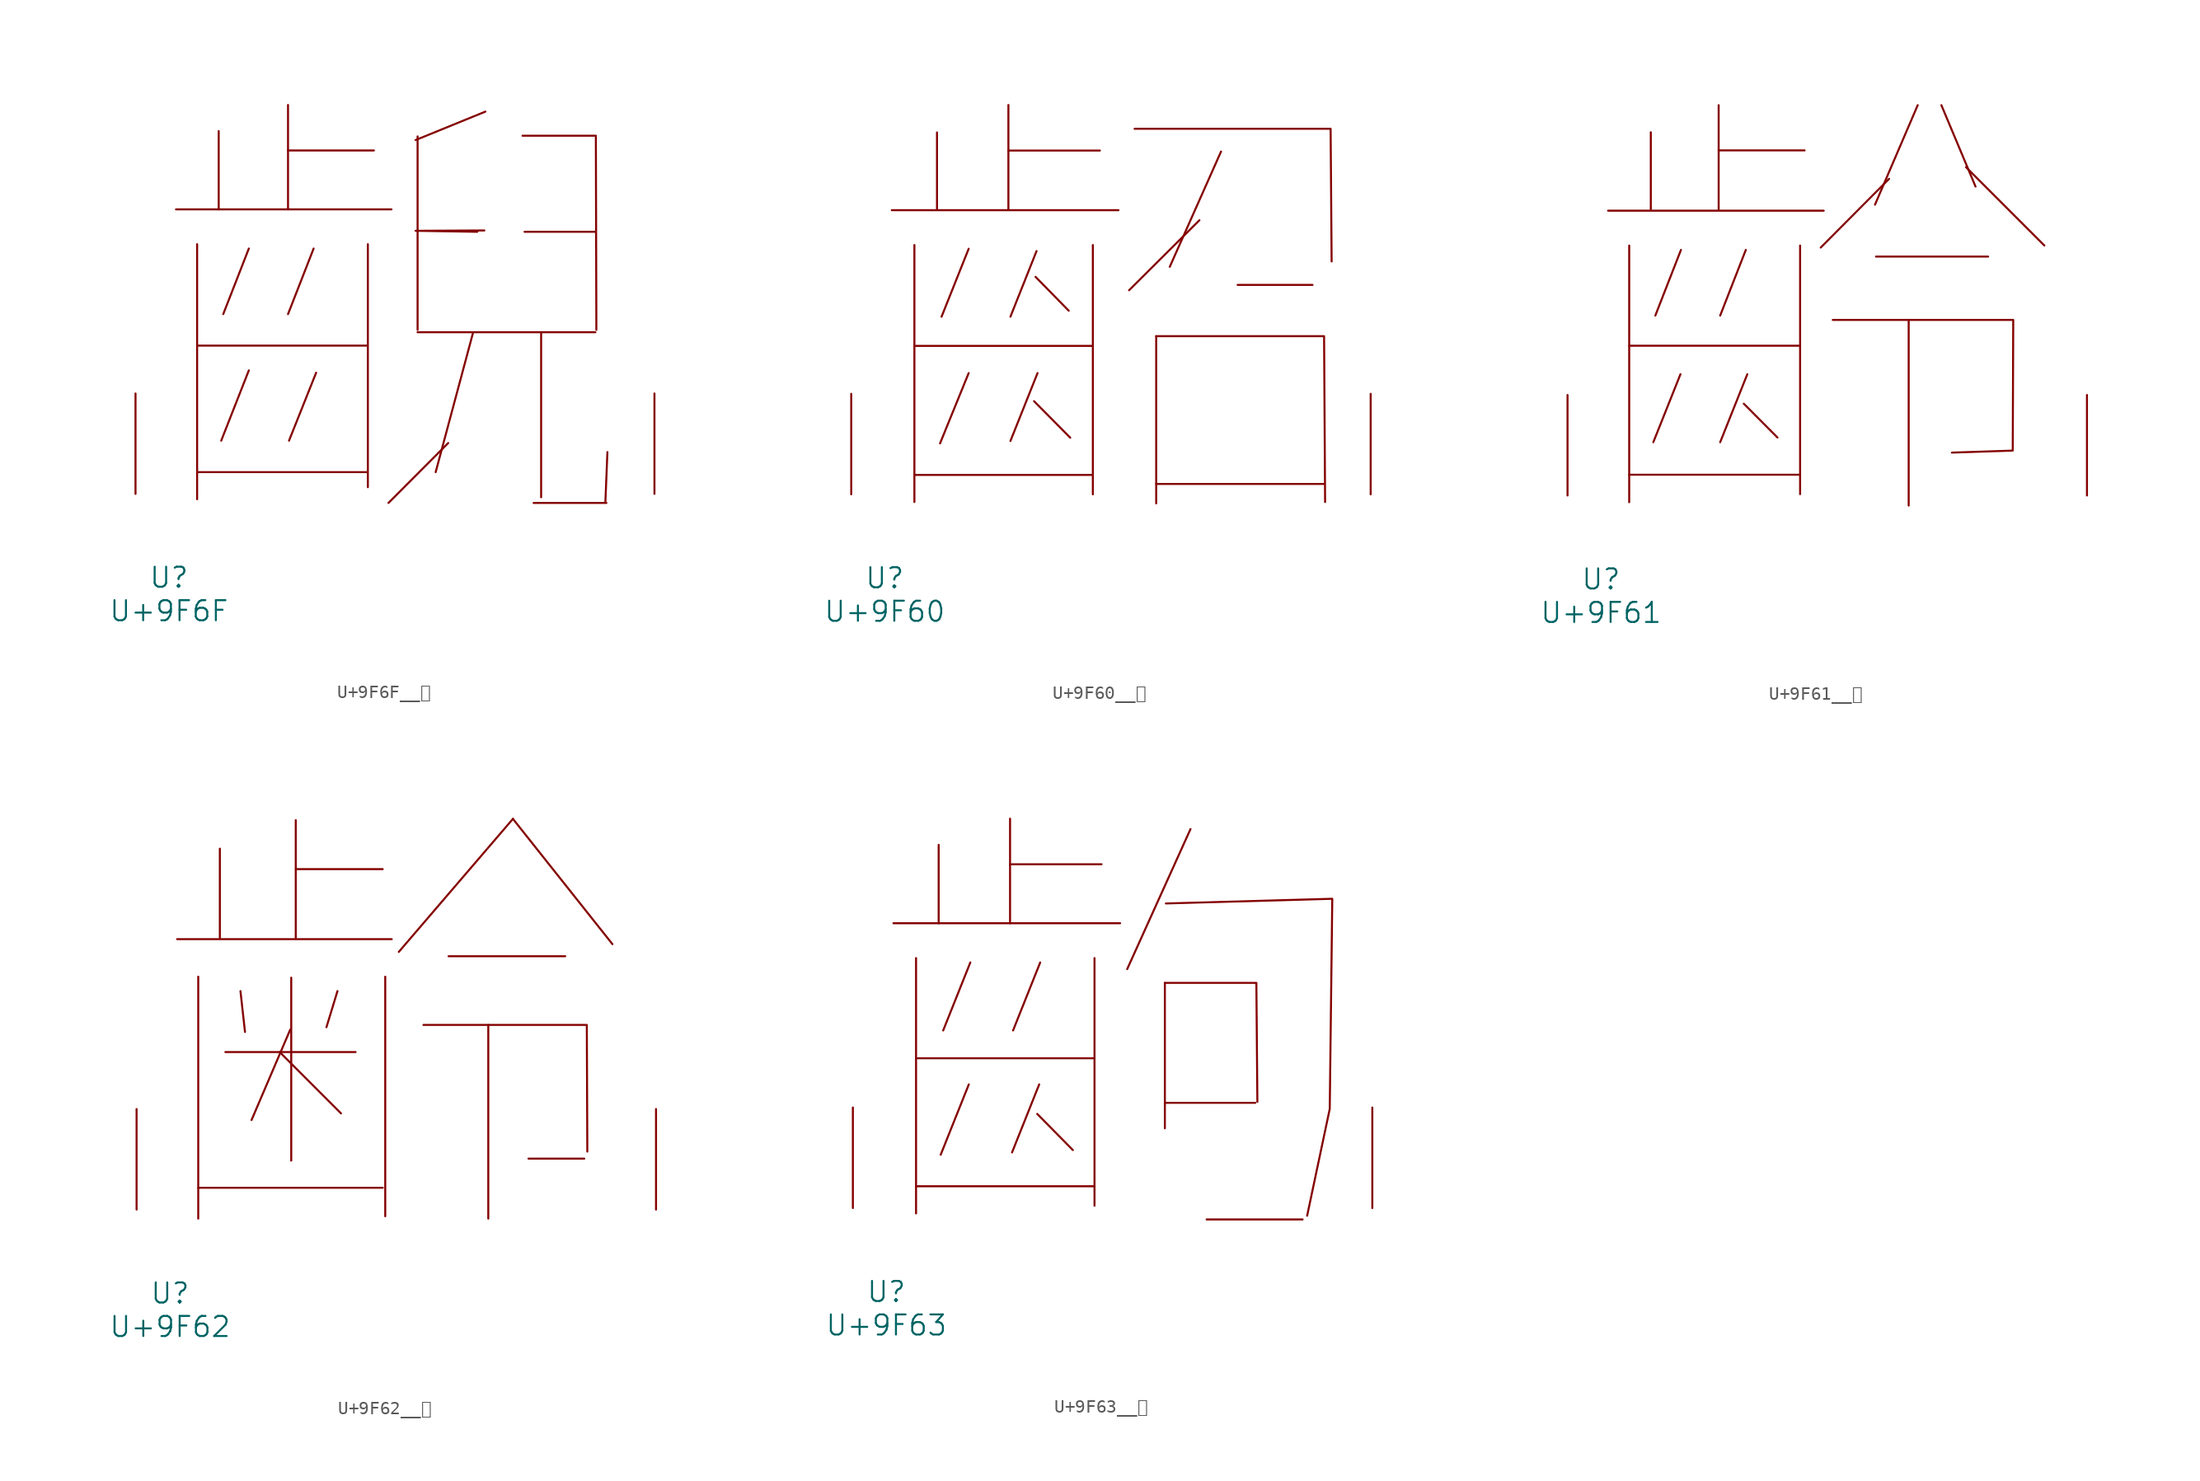
<source format=kicad_sym>
(kicad_symbol_lib
  (version 20231120)
  (generator "kicad_symbol_editor")
  (generator_version "8.0")
  (symbol "U+9F6F__齯"
    (pin_names
      (offset 1.016))
    (property "Reference" "U"
      (at 0 -6.35 0)
      (effects (font (size 1.524 1.524))))
    (property "Value" "U+9F6F"
      (at 0 -8.89 0)
      (effects (font (size 1.524 1.524))))
    (symbol "U+9F6F__齯_0_1"
      (polyline (pts (xy 0.533 21.59) (xy 16.878 21.59)) (stroke (width 0) (type solid)) (fill (type none)))
      (polyline (pts (xy 2.134 1.651) (xy 15.011 1.651)) (stroke (width 0) (type solid)) (fill (type none)))
      (polyline (pts (xy 2.134 11.252) (xy 15.011 11.252)) (stroke (width 0) (type solid)) (fill (type none)))
      (polyline (pts (xy 2.134 18.948) (xy 2.134 -0.406)) (stroke (width 0) (type solid)) (fill (type none)))
      (polyline (pts (xy 3.772 27.534) (xy 3.772 21.59)) (stroke (width 0) (type solid)) (fill (type none)))
      (polyline (pts (xy 6.058 9.373) (xy 3.962 4.039)) (stroke (width 0) (type solid)) (fill (type none)))
      (polyline (pts (xy 6.058 18.618) (xy 4.115 13.64)) (stroke (width 0) (type solid)) (fill (type none)))
      (polyline (pts (xy 9.03 26.06) (xy 15.545 26.06)) (stroke (width 0) (type solid)) (fill (type none)))
      (polyline (pts (xy 9.03 29.515) (xy 9.03 21.59)) (stroke (width 0) (type solid)) (fill (type none)))
      (polyline (pts (xy 10.973 18.618) (xy 9.03 13.64)) (stroke (width 0) (type solid)) (fill (type none)))
      (polyline (pts (xy 11.163 9.195) (xy 9.106 4.039)) (stroke (width 0) (type solid)) (fill (type none)))
      (polyline (pts (xy 15.088 18.948) (xy 15.088 0.508)) (stroke (width 0) (type solid)) (fill (type none)))
      (polyline (pts (xy 18.86 12.268) (xy 32.347 12.268)) (stroke (width 0) (type solid)) (fill (type none)))
      (polyline (pts (xy 18.86 27.127) (xy 18.86 12.446)) (stroke (width 0) (type solid)) (fill (type none)))
      (polyline (pts (xy 21.184 3.861) (xy 16.65 -0.686)) (stroke (width 0) (type solid)) (fill (type none)))
      (polyline (pts (xy 23.05 12.167) (xy 20.231 1.651)) (stroke (width 0) (type solid)) (fill (type none)))
      (polyline (pts (xy 24.003 29.007) (xy 18.707 26.848)) (stroke (width 0) (type solid)) (fill (type none)))
      (polyline (pts (xy 26.975 19.888) (xy 32.347 19.888)) (stroke (width 0) (type solid)) (fill (type none)))
      (polyline (pts (xy 27.661 -0.686) (xy 33.185 -0.686)) (stroke (width 0) (type solid)) (fill (type none)))
      (polyline (pts (xy 28.232 12.268) (xy 28.232 -0.254)) (stroke (width 0) (type solid)) (fill (type none)))
      (polyline (pts (xy 33.261 3.175) (xy 33.109 -0.584)) (stroke (width 0) (type solid)) (fill (type none)))
      (polyline (pts (xy 23.393 19.888) (xy 18.707 19.964) (xy 23.927 19.99)) (stroke (width 0) (type solid)) (fill (type none)))
      (polyline (pts (xy 26.822 27.178) (xy 32.385 27.178) (xy 32.423 12.446)) (stroke (width 0) (type solid)) (fill (type none)))
      (pin input line (at -2.54 0 90) (length 7.62) (name "~" (effects (font (size 1.27 1.27)))) (number "~" (effects (font (size 1.27 1.27)))))
      (pin input line (at 36.83 0 90) (length 7.62) (name "~" (effects (font (size 1.27 1.27)))) (number "~" (effects (font (size 1.27 1.27)))))))
  (symbol "U+9F60__齠"
    (pin_names
      (offset 1.016))
    (property "Reference" "U"
      (at 0 -6.35 0)
      (effects (font (size 1.524 1.524))))
    (property "Value" "U+9F60"
      (at 0 -8.89 0)
      (effects (font (size 1.524 1.524))))
    (symbol "U+9F60__齠_0_1"
      (polyline (pts (xy 0.533 21.539) (xy 17.716 21.539)) (stroke (width 0) (type solid)) (fill (type none)))
      (polyline (pts (xy 2.248 1.473) (xy 15.773 1.473)) (stroke (width 0) (type solid)) (fill (type none)))
      (polyline (pts (xy 2.248 11.252) (xy 15.773 11.252)) (stroke (width 0) (type solid)) (fill (type none)))
      (polyline (pts (xy 2.248 18.898) (xy 2.248 -0.584)) (stroke (width 0) (type solid)) (fill (type none)))
      (polyline (pts (xy 3.962 27.432) (xy 3.962 21.59)) (stroke (width 0) (type solid)) (fill (type none)))
      (polyline (pts (xy 6.363 9.195) (xy 4.191 3.861)) (stroke (width 0) (type solid)) (fill (type none)))
      (polyline (pts (xy 6.363 18.618) (xy 4.305 13.462)) (stroke (width 0) (type solid)) (fill (type none)))
      (polyline (pts (xy 9.373 26.06) (xy 16.307 26.06)) (stroke (width 0) (type solid)) (fill (type none)))
      (polyline (pts (xy 9.373 29.515) (xy 9.373 21.59)) (stroke (width 0) (type solid)) (fill (type none)))
      (polyline (pts (xy 11.316 7.061) (xy 14.059 4.293)) (stroke (width 0) (type solid)) (fill (type none)))
      (polyline (pts (xy 11.43 16.485) (xy 13.945 13.919)) (stroke (width 0) (type solid)) (fill (type none)))
      (polyline (pts (xy 11.506 18.44) (xy 9.525 13.462)) (stroke (width 0) (type solid)) (fill (type none)))
      (polyline (pts (xy 11.582 9.195) (xy 9.525 4.039)) (stroke (width 0) (type solid)) (fill (type none)))
      (polyline (pts (xy 15.773 18.898) (xy 15.773 0)) (stroke (width 0) (type solid)) (fill (type none)))
      (polyline (pts (xy 20.574 0.787) (xy 33.261 0.787)) (stroke (width 0) (type solid)) (fill (type none)))
      (polyline (pts (xy 20.574 11.989) (xy 20.574 -0.686)) (stroke (width 0) (type solid)) (fill (type none)))
      (polyline (pts (xy 23.851 20.777) (xy 18.517 15.469)) (stroke (width 0) (type solid)) (fill (type none)))
      (polyline (pts (xy 25.489 25.984) (xy 21.603 17.247)) (stroke (width 0) (type solid)) (fill (type none)))
      (polyline (pts (xy 26.746 15.875) (xy 32.423 15.875)) (stroke (width 0) (type solid)) (fill (type none)))
      (polyline (pts (xy 18.936 27.711) (xy 33.795 27.711) (xy 33.871 17.653)) (stroke (width 0) (type solid)) (fill (type none)))
      (polyline (pts (xy 20.574 11.989) (xy 33.299 11.989) (xy 33.376 -0.584)) (stroke (width 0) (type solid)) (fill (type none)))
      (pin input line (at -2.54 0 90) (length 7.62) (name "~" (effects (font (size 1.27 1.27)))) (number "~" (effects (font (size 1.27 1.27)))))
      (pin input line (at 36.83 0 90) (length 7.62) (name "~" (effects (font (size 1.27 1.27)))) (number "~" (effects (font (size 1.27 1.27)))))))
  (symbol "U+9F61__齡"
    (pin_names
      (offset 1.016))
    (property "Reference" "U"
      (at 0 -6.35 0)
      (effects (font (size 1.524 1.524))))
    (property "Value" "U+9F61"
      (at 0 -8.89 0)
      (effects (font (size 1.524 1.524))))
    (symbol "U+9F61__齡_0_1"
      (polyline (pts (xy 0.533 21.59) (xy 16.878 21.59)) (stroke (width 0) (type solid)) (fill (type none)))
      (polyline (pts (xy 2.134 1.575) (xy 15.011 1.575)) (stroke (width 0) (type solid)) (fill (type none)))
      (polyline (pts (xy 2.134 11.354) (xy 15.011 11.354)) (stroke (width 0) (type solid)) (fill (type none)))
      (polyline (pts (xy 2.134 18.948) (xy 2.134 -0.508)) (stroke (width 0) (type solid)) (fill (type none)))
      (polyline (pts (xy 3.772 27.534) (xy 3.772 21.692)) (stroke (width 0) (type solid)) (fill (type none)))
      (polyline (pts (xy 6.02 9.195) (xy 3.962 4.039)) (stroke (width 0) (type solid)) (fill (type none)))
      (polyline (pts (xy 6.058 18.618) (xy 4.115 13.64)) (stroke (width 0) (type solid)) (fill (type none)))
      (polyline (pts (xy 8.915 26.162) (xy 15.431 26.162)) (stroke (width 0) (type solid)) (fill (type none)))
      (polyline (pts (xy 8.915 29.591) (xy 8.915 21.692)) (stroke (width 0) (type solid)) (fill (type none)))
      (polyline (pts (xy 10.82 6.96) (xy 13.373 4.394)) (stroke (width 0) (type solid)) (fill (type none)))
      (polyline (pts (xy 10.973 18.618) (xy 9.03 13.64)) (stroke (width 0) (type solid)) (fill (type none)))
      (polyline (pts (xy 11.087 9.195) (xy 9.03 4.039)) (stroke (width 0) (type solid)) (fill (type none)))
      (polyline (pts (xy 15.088 18.948) (xy 15.088 0.102)) (stroke (width 0) (type solid)) (fill (type none)))
      (polyline (pts (xy 20.841 18.11) (xy 29.337 18.11)) (stroke (width 0) (type solid)) (fill (type none)))
      (polyline (pts (xy 21.831 24.003) (xy 16.65 18.796)) (stroke (width 0) (type solid)) (fill (type none)))
      (polyline (pts (xy 23.317 13.31) (xy 23.317 -0.762)) (stroke (width 0) (type solid)) (fill (type none)))
      (polyline (pts (xy 24.003 29.591) (xy 20.765 22.047)) (stroke (width 0) (type solid)) (fill (type none)))
      (polyline (pts (xy 25.794 29.591) (xy 28.384 23.419)) (stroke (width 0) (type solid)) (fill (type none)))
      (polyline (pts (xy 27.661 24.892) (xy 33.604 18.948)) (stroke (width 0) (type solid)) (fill (type none)))
      (polyline (pts (xy 17.564 13.31) (xy 31.242 13.31) (xy 31.204 3.404) (xy 26.594 3.251)) (stroke (width 0) (type solid)) (fill (type none)))
      (pin input line (at -2.54 0 90) (length 7.62) (name "~" (effects (font (size 1.27 1.27)))) (number "~" (effects (font (size 1.27 1.27)))))
      (pin input line (at 36.83 0 90) (length 7.62) (name "~" (effects (font (size 1.27 1.27)))) (number "~" (effects (font (size 1.27 1.27)))))))
  (symbol "U+9F62__齢"
    (pin_names
      (offset 1.016))
    (property "Reference" "U"
      (at 0 -6.35 0)
      (effects (font (size 1.524 1.524))))
    (property "Value" "U+9F62"
      (at 0 -8.89 0)
      (effects (font (size 1.524 1.524))))
    (symbol "U+9F62__齢_0_1"
      (polyline (pts (xy 0.533 20.498) (xy 16.802 20.498)) (stroke (width 0) (type solid)) (fill (type none)))
      (polyline (pts (xy 2.134 1.651) (xy 16.116 1.651)) (stroke (width 0) (type solid)) (fill (type none)))
      (polyline (pts (xy 2.134 17.653) (xy 2.134 -0.686)) (stroke (width 0) (type solid)) (fill (type none)))
      (polyline (pts (xy 3.772 27.356) (xy 3.772 20.599)) (stroke (width 0) (type solid)) (fill (type none)))
      (polyline (pts (xy 4.191 11.938) (xy 14.059 11.938)) (stroke (width 0) (type solid)) (fill (type none)))
      (polyline (pts (xy 5.334 16.561) (xy 5.677 13.462)) (stroke (width 0) (type solid)) (fill (type none)))
      (polyline (pts (xy 8.306 11.938) (xy 12.954 7.29)) (stroke (width 0) (type solid)) (fill (type none)))
      (polyline (pts (xy 9.106 13.64) (xy 6.172 6.782)) (stroke (width 0) (type solid)) (fill (type none)))
      (polyline (pts (xy 9.182 17.577) (xy 9.182 3.708)) (stroke (width 0) (type solid)) (fill (type none)))
      (polyline (pts (xy 9.525 25.806) (xy 16.116 25.806)) (stroke (width 0) (type solid)) (fill (type none)))
      (polyline (pts (xy 9.525 29.515) (xy 9.525 20.599)) (stroke (width 0) (type solid)) (fill (type none)))
      (polyline (pts (xy 12.687 16.561) (xy 11.849 13.818)) (stroke (width 0) (type solid)) (fill (type none)))
      (polyline (pts (xy 16.307 17.653) (xy 16.307 -0.508)) (stroke (width 0) (type solid)) (fill (type none)))
      (polyline (pts (xy 21.107 19.202) (xy 29.947 19.202)) (stroke (width 0) (type solid)) (fill (type none)))
      (polyline (pts (xy 24.117 13.995) (xy 24.117 -0.686)) (stroke (width 0) (type solid)) (fill (type none)))
      (polyline (pts (xy 25.984 29.616) (xy 17.335 19.533)) (stroke (width 0) (type solid)) (fill (type none)))
      (polyline (pts (xy 25.984 29.616) (xy 33.528 20.117)) (stroke (width 0) (type solid)) (fill (type none)))
      (polyline (pts (xy 27.165 3.861) (xy 31.394 3.861)) (stroke (width 0) (type solid)) (fill (type none)))
      (polyline (pts (xy 19.202 13.995) (xy 31.585 13.995) (xy 31.623 4.394)) (stroke (width 0) (type solid)) (fill (type none)))
      (pin input line (at -2.54 0 90) (length 7.62) (name "~" (effects (font (size 1.27 1.27)))) (number "~" (effects (font (size 1.27 1.27)))))
      (pin input line (at 36.83 0 90) (length 7.62) (name "~" (effects (font (size 1.27 1.27)))) (number "~" (effects (font (size 1.27 1.27)))))))
  (symbol "U+9F63__齣"
    (pin_names
      (offset 1.016))
    (property "Reference" "U"
      (at 0 -6.35 0)
      (effects (font (size 1.524 1.524))))
    (property "Value" "U+9F63"
      (at 0 -8.89 0)
      (effects (font (size 1.524 1.524))))
    (symbol "U+9F63__齣_0_1"
      (polyline (pts (xy 0.533 21.59) (xy 17.716 21.59)) (stroke (width 0) (type solid)) (fill (type none)))
      (polyline (pts (xy 2.248 1.651) (xy 15.773 1.651)) (stroke (width 0) (type solid)) (fill (type none)))
      (polyline (pts (xy 2.248 11.354) (xy 15.773 11.354)) (stroke (width 0) (type solid)) (fill (type none)))
      (polyline (pts (xy 2.248 18.948) (xy 2.248 -0.406)) (stroke (width 0) (type solid)) (fill (type none)))
      (polyline (pts (xy 3.962 27.534) (xy 3.962 21.59)) (stroke (width 0) (type solid)) (fill (type none)))
      (polyline (pts (xy 6.248 9.373) (xy 4.115 4.039)) (stroke (width 0) (type solid)) (fill (type none)))
      (polyline (pts (xy 6.363 18.618) (xy 4.305 13.462)) (stroke (width 0) (type solid)) (fill (type none)))
      (polyline (pts (xy 9.373 26.06) (xy 16.307 26.06)) (stroke (width 0) (type solid)) (fill (type none)))
      (polyline (pts (xy 9.373 29.515) (xy 9.373 21.59)) (stroke (width 0) (type solid)) (fill (type none)))
      (polyline (pts (xy 11.43 7.137) (xy 14.135 4.394)) (stroke (width 0) (type solid)) (fill (type none)))
      (polyline (pts (xy 11.582 9.373) (xy 9.525 4.216)) (stroke (width 0) (type solid)) (fill (type none)))
      (polyline (pts (xy 11.659 18.618) (xy 9.601 13.462)) (stroke (width 0) (type solid)) (fill (type none)))
      (polyline (pts (xy 15.773 18.948) (xy 15.773 0.178)) (stroke (width 0) (type solid)) (fill (type none)))
      (polyline (pts (xy 21.107 7.976) (xy 27.965 7.976)) (stroke (width 0) (type solid)) (fill (type none)))
      (polyline (pts (xy 21.107 17.069) (xy 21.107 6.045)) (stroke (width 0) (type solid)) (fill (type none)))
      (polyline (pts (xy 23.05 28.727) (xy 18.25 18.11)) (stroke (width 0) (type solid)) (fill (type none)))
      (polyline (pts (xy 24.27 -0.864) (xy 31.547 -0.864)) (stroke (width 0) (type solid)) (fill (type none)))
      (polyline (pts (xy 21.107 17.069) (xy 28.042 17.069) (xy 28.118 8.052)) (stroke (width 0) (type solid)) (fill (type none)))
      (polyline (pts (xy 21.184 23.089) (xy 33.795 23.444) (xy 33.604 7.518) (xy 31.89 -0.584)) (stroke (width 0) (type solid)) (fill (type none)))
      (pin input line (at -2.54 0 90) (length 7.62) (name "~" (effects (font (size 1.27 1.27)))) (number "~" (effects (font (size 1.27 1.27)))))
      (pin input line (at 36.83 0 90) (length 7.62) (name "~" (effects (font (size 1.27 1.27)))) (number "~" (effects (font (size 1.27 1.27))))))))
</source>
